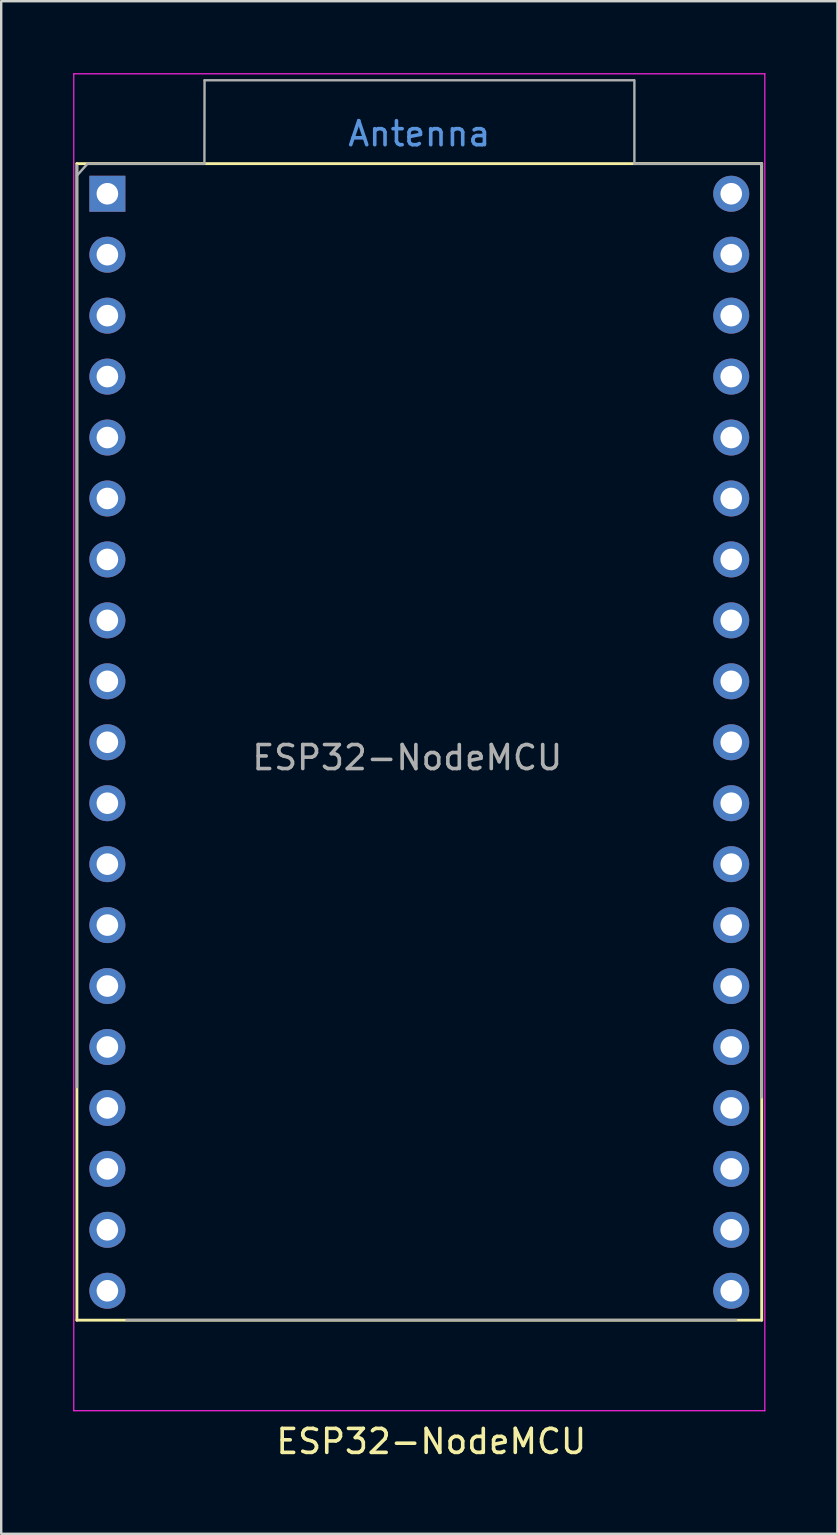
<source format=kicad_pcb>
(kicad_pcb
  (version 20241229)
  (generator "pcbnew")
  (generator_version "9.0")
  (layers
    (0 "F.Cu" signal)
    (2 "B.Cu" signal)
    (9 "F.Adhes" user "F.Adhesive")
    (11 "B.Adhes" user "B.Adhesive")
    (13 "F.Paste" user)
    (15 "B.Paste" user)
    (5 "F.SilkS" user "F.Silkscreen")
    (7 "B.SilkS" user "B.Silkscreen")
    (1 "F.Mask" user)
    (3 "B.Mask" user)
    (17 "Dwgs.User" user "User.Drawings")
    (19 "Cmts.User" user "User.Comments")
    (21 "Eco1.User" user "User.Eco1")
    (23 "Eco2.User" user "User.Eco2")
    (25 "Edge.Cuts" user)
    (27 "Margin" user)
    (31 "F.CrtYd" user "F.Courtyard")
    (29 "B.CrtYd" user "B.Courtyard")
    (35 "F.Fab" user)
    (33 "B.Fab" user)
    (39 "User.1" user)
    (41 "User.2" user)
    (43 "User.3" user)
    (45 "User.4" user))
  (footprint "ESP32-NodeMCU"
    (layer "F.Cu")
    (at 1.425 5.025)
    (property "Reference" "ESP32-NodeMCU" (at 13.5 52 0) (unlocked yes) (layer "F.SilkS") (effects (font (size 1 1) (thickness 0.15))))
    (attr through_hole)
    (fp_line (start -1.27 -1.255) (end 27.27 -1.255) (stroke (width 0.12) (type solid)) (layer "F.SilkS"))
    (fp_line (start -1.27 46.945) (end -1.27 -1.255) (stroke (width 0.12) (type solid)) (layer "F.SilkS"))
    (fp_line (start 27.27 -1.255) (end 27.27 46.945) (stroke (width 0.12) (type solid)) (layer "F.SilkS"))
    (fp_line (start 27.27 46.945) (end -1.27 46.945) (stroke (width 0.12) (type solid)) (layer "F.SilkS"))
    (fp_line (start -1.4 -5) (end -1.4 50.72) (stroke (width 0.05) (type solid)) (layer "F.CrtYd"))
    (fp_line (start -1.4 50.72) (end 27.4 50.72) (stroke (width 0.05) (type solid)) (layer "F.CrtYd"))
    (fp_line (start 27.4 -5) (end -1.4 -5) (stroke (width 0.05) (type solid)) (layer "F.CrtYd"))
    (fp_line (start 27.4 50.72) (end 27.4 -5) (stroke (width 0.05) (type solid)) (layer "F.CrtYd"))
    (fp_line (start -1.27 -1.18) (end -1.27 37.235) (stroke (width 0.1) (type solid)) (layer "F.Fab"))
    (fp_line (start -1.27 -0.755) (end -0.83 -1.25) (stroke (width 0.1) (type solid)) (layer "F.Fab"))
    (fp_line (start 0.8 46.94) (end 26.2 46.94) (stroke (width 0.1) (type solid)) (layer "F.Fab"))
    (fp_line (start 4.044 -1.25) (end -0.83 -1.25) (stroke (width 0.1) (type solid)) (layer "F.Fab"))
    (fp_line (start 4.044 -1.25) (end 4.05 -4.73) (stroke (width 0.1) (type solid)) (layer "F.Fab"))
    (fp_line (start 4.05 -4.73) (end 21.95 -4.73) (stroke (width 0.1) (type solid)) (layer "F.Fab"))
    (fp_line (start 21.964 -4.73) (end 21.964 -1.25) (stroke (width 0.1) (type solid)) (layer "F.Fab"))
    (fp_line (start 21.964 -1.25) (end 27.27 -1.25) (stroke (width 0.1) (type solid)) (layer "F.Fab"))
    (fp_line (start 27.27 37.66) (end 27.27 -1.25) (stroke (width 0.1) (type solid)) (layer "F.Fab"))
    (fp_text user "Antenna" (at 13 -2.5 0) (unlocked yes) (layer "Cmts.User") (effects (font (size 1 1) (thickness 0.15))))
    (fp_text user "${REFERENCE}" (at 12.5 23.5 0) (unlocked yes) (layer "F.Fab") (effects (font (size 1 1) (thickness 0.15))))
    (pad "1" thru_hole rect (at 0 0) (size 1.5 1.5) (drill 0.9) (layers "*.Cu" "*.Mask") (remove_unused_layers yes) (keep_end_layers yes) (zone_layer_connections))
    (pad "2" thru_hole circle (at 0 2.54) (size 1.5 1.5) (drill 0.9) (layers "*.Cu" "*.Mask") (remove_unused_layers yes) (keep_end_layers yes) (zone_layer_connections))
    (pad "3" thru_hole circle (at 0 5.08) (size 1.5 1.5) (drill 0.9) (layers "*.Cu" "*.Mask") (remove_unused_layers yes) (keep_end_layers yes) (zone_layer_connections))
    (pad "4" thru_hole circle (at 0 7.62) (size 1.5 1.5) (drill 0.9) (layers "*.Cu" "*.Mask") (remove_unused_layers yes) (keep_end_layers yes) (zone_layer_connections))
    (pad "5" thru_hole circle (at 0 10.16) (size 1.5 1.5) (drill 0.9) (layers "*.Cu" "*.Mask") (remove_unused_layers yes) (keep_end_layers yes) (zone_layer_connections))
    (pad "6" thru_hole circle (at 0 12.7) (size 1.5 1.5) (drill 0.9) (layers "*.Cu" "*.Mask") (remove_unused_layers yes) (keep_end_layers yes) (zone_layer_connections))
    (pad "7" thru_hole circle (at 0 15.24) (size 1.5 1.5) (drill 0.9) (layers "*.Cu" "*.Mask") (remove_unused_layers yes) (keep_end_layers yes) (zone_layer_connections))
    (pad "8" thru_hole circle (at 0 17.78) (size 1.5 1.5) (drill 0.9) (layers "*.Cu" "*.Mask") (remove_unused_layers yes) (keep_end_layers yes) (zone_layer_connections))
    (pad "9" thru_hole circle (at 0 20.32) (size 1.5 1.5) (drill 0.9) (layers "*.Cu" "*.Mask") (remove_unused_layers yes) (keep_end_layers yes) (zone_layer_connections))
    (pad "10" thru_hole circle (at 0 22.86) (size 1.5 1.5) (drill 0.9) (layers "*.Cu" "*.Mask") (remove_unused_layers yes) (keep_end_layers yes) (zone_layer_connections))
    (pad "11" thru_hole circle (at 0 25.4) (size 1.5 1.5) (drill 0.9) (layers "*.Cu" "*.Mask") (remove_unused_layers yes) (keep_end_layers yes) (zone_layer_connections))
    (pad "12" thru_hole circle (at 0 27.94) (size 1.5 1.5) (drill 0.9) (layers "*.Cu" "*.Mask") (remove_unused_layers yes) (keep_end_layers yes) (zone_layer_connections))
    (pad "13" thru_hole circle (at 0 30.48) (size 1.5 1.5) (drill 0.9) (layers "*.Cu" "*.Mask") (remove_unused_layers yes) (keep_end_layers yes) (zone_layer_connections))
    (pad "14" thru_hole circle (at 0 33.02) (size 1.5 1.5) (drill 0.9) (layers "*.Cu" "*.Mask") (remove_unused_layers yes) (keep_end_layers yes) (zone_layer_connections))
    (pad "15" thru_hole circle (at 0 35.56) (size 1.5 1.5) (drill 0.9) (layers "*.Cu" "*.Mask") (remove_unused_layers yes) (keep_end_layers yes) (zone_layer_connections))
    (pad "16" thru_hole circle (at 0 38.1) (size 1.5 1.5) (drill 0.9) (layers "*.Cu" "*.Mask") (remove_unused_layers yes) (keep_end_layers yes) (zone_layer_connections))
    (pad "17" thru_hole circle (at 0 40.64) (size 1.5 1.5) (drill 0.9) (layers "*.Cu" "*.Mask") (remove_unused_layers yes) (keep_end_layers yes) (zone_layer_connections))
    (pad "18" thru_hole circle (at 0 43.18) (size 1.5 1.5) (drill 0.9) (layers "*.Cu" "*.Mask") (remove_unused_layers yes) (keep_end_layers yes) (zone_layer_connections))
    (pad "19" thru_hole circle (at 0 45.72) (size 1.5 1.5) (drill 0.9) (layers "*.Cu" "*.Mask") (remove_unused_layers yes) (keep_end_layers yes) (zone_layer_connections))
    (pad "20" thru_hole circle (at 26 45.72) (size 1.5 1.5) (drill 0.9) (layers "*.Cu" "*.Mask") (remove_unused_layers yes) (keep_end_layers yes) (zone_layer_connections))
    (pad "21" thru_hole circle (at 26 43.18) (size 1.5 1.5) (drill 0.9) (layers "*.Cu" "*.Mask") (remove_unused_layers yes) (keep_end_layers yes) (zone_layer_connections))
    (pad "22" thru_hole circle (at 26 40.64) (size 1.5 1.5) (drill 0.9) (layers "*.Cu" "*.Mask") (remove_unused_layers yes) (keep_end_layers yes) (zone_layer_connections))
    (pad "23" thru_hole circle (at 26 38.1) (size 1.5 1.5) (drill 0.9) (layers "*.Cu" "*.Mask") (remove_unused_layers yes) (keep_end_layers yes) (zone_layer_connections))
    (pad "24" thru_hole circle (at 26 35.56) (size 1.5 1.5) (drill 0.9) (layers "*.Cu" "*.Mask") (remove_unused_layers yes) (keep_end_layers yes) (zone_layer_connections))
    (pad "25" thru_hole circle (at 26 33.02) (size 1.5 1.5) (drill 0.9) (layers "*.Cu" "*.Mask") (remove_unused_layers yes) (keep_end_layers yes) (zone_layer_connections))
    (pad "26" thru_hole circle (at 26 30.48) (size 1.5 1.5) (drill 0.9) (layers "*.Cu" "*.Mask") (remove_unused_layers yes) (keep_end_layers yes) (zone_layer_connections))
    (pad "27" thru_hole circle (at 26 27.94) (size 1.5 1.5) (drill 0.9) (layers "*.Cu" "*.Mask") (remove_unused_layers yes) (keep_end_layers yes) (zone_layer_connections))
    (pad "28" thru_hole circle (at 26 25.4) (size 1.5 1.5) (drill 0.9) (layers "*.Cu" "*.Mask") (remove_unused_layers yes) (keep_end_layers yes) (zone_layer_connections))
    (pad "29" thru_hole circle (at 26 22.86) (size 1.5 1.5) (drill 0.9) (layers "*.Cu" "*.Mask") (remove_unused_layers yes) (keep_end_layers yes) (zone_layer_connections))
    (pad "30" thru_hole circle (at 26 20.32) (size 1.5 1.5) (drill 0.9) (layers "*.Cu" "*.Mask") (remove_unused_layers yes) (keep_end_layers yes) (zone_layer_connections))
    (pad "31" thru_hole circle (at 26 17.78) (size 1.5 1.5) (drill 0.9) (layers "*.Cu" "*.Mask") (remove_unused_layers yes) (keep_end_layers yes) (zone_layer_connections))
    (pad "32" thru_hole circle (at 26 15.24) (size 1.5 1.5) (drill 0.9) (layers "*.Cu" "*.Mask") (remove_unused_layers yes) (keep_end_layers yes) (zone_layer_connections))
    (pad "33" thru_hole circle (at 26 12.7) (size 1.5 1.5) (drill 0.9) (layers "*.Cu" "*.Mask") (remove_unused_layers yes) (keep_end_layers yes) (zone_layer_connections))
    (pad "34" thru_hole circle (at 26 10.16) (size 1.5 1.5) (drill 0.9) (layers "*.Cu" "*.Mask") (remove_unused_layers yes) (keep_end_layers yes) (zone_layer_connections))
    (pad "35" thru_hole circle (at 26 7.62) (size 1.5 1.5) (drill 0.9) (layers "*.Cu" "*.Mask") (remove_unused_layers yes) (keep_end_layers yes) (zone_layer_connections))
    (pad "36" thru_hole circle (at 26 5.08) (size 1.5 1.5) (drill 0.9) (layers "*.Cu" "*.Mask") (remove_unused_layers yes) (keep_end_layers yes) (zone_layer_connections))
    (pad "37" thru_hole circle (at 26 2.54) (size 1.5 1.5) (drill 0.9) (layers "*.Cu" "*.Mask") (remove_unused_layers yes) (keep_end_layers yes) (zone_layer_connections))
    (pad "38" thru_hole circle (at 26 0) (size 1.5 1.5) (drill 0.9) (layers "*.Cu" "*.Mask") (remove_unused_layers yes) (keep_end_layers yes) (zone_layer_connections)))
  (gr_rect
    (start -3 -3)
    (end 31.85 60.873)
    (stroke (width 0.1) (type default))
    (fill no)
    (layer "Edge.Cuts")))
</source>
